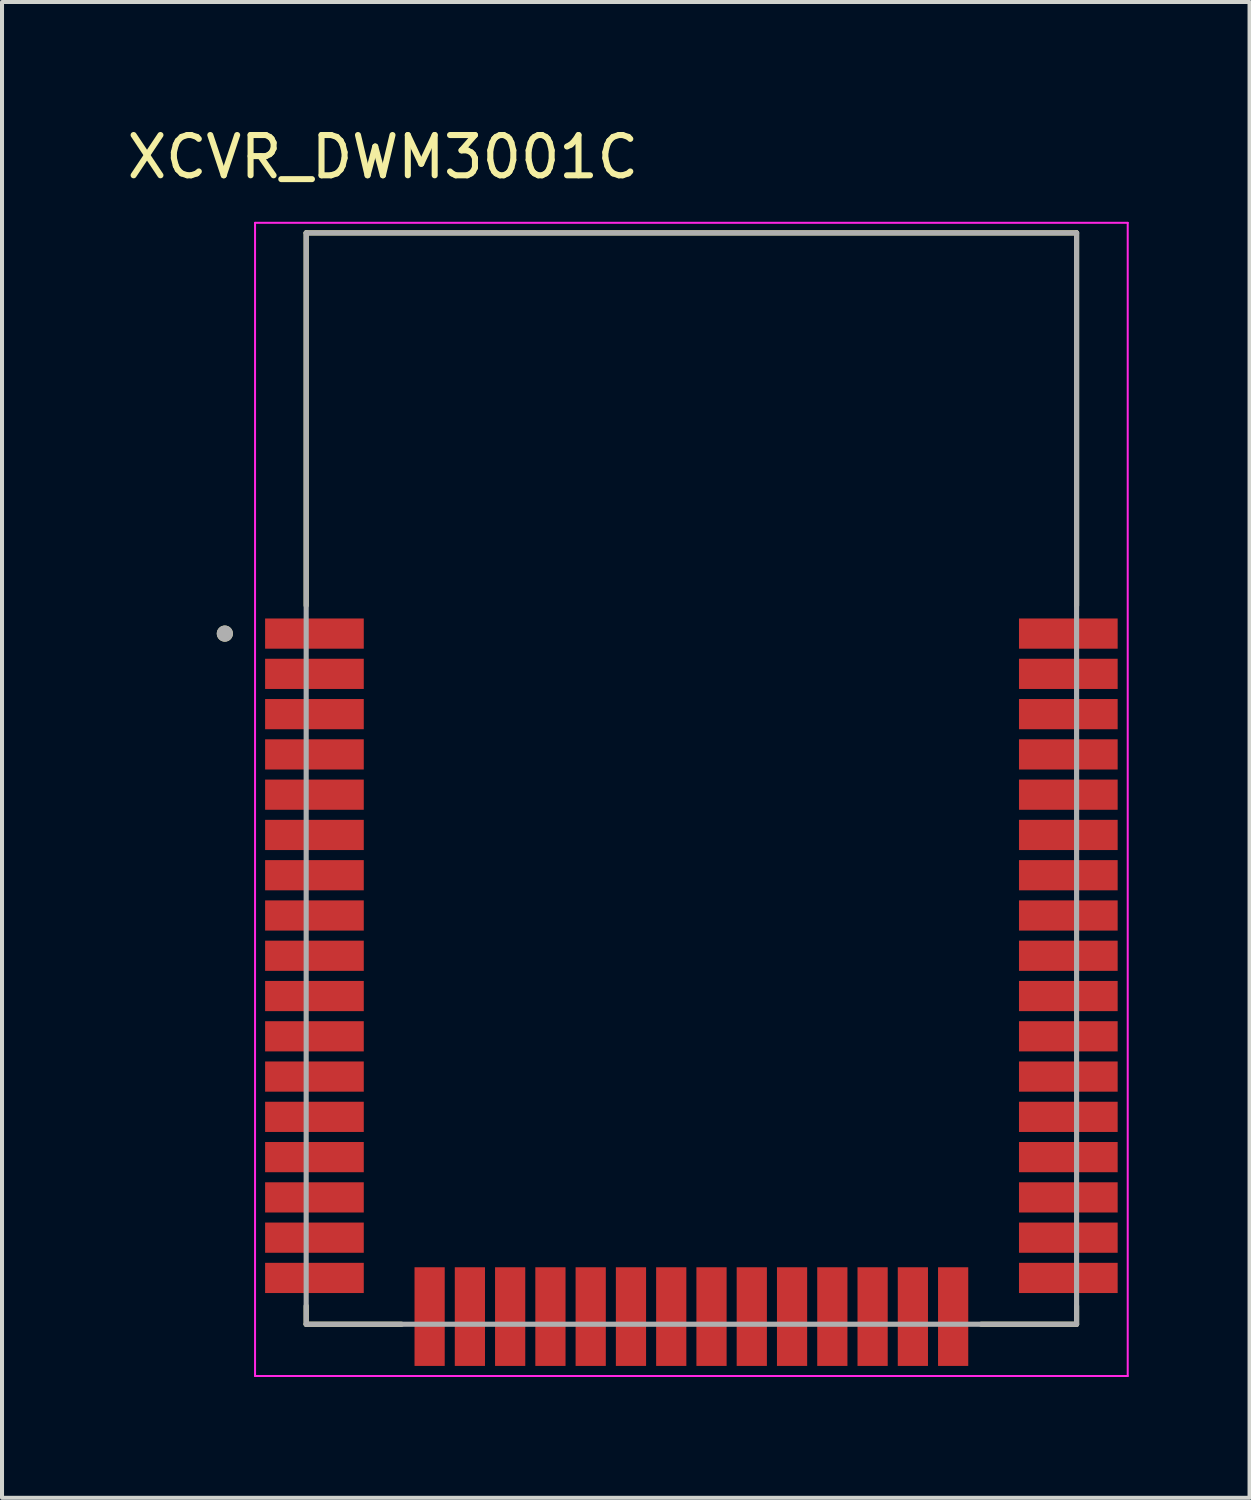
<source format=kicad_pcb>
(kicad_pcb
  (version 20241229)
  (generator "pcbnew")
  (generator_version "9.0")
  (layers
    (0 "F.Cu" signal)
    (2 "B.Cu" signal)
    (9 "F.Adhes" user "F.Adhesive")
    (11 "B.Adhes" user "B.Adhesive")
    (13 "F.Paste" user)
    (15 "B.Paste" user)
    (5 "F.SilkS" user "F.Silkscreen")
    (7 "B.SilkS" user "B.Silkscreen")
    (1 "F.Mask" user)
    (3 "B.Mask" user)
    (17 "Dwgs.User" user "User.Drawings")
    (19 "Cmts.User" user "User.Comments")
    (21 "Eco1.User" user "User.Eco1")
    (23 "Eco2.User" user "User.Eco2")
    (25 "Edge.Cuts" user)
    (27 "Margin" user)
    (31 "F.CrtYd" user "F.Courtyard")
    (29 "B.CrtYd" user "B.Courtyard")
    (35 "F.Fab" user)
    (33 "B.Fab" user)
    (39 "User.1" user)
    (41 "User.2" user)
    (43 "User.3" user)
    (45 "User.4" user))
  (footprint "XCVR_DWM3001C"
    (layer "F.Cu")
    (at 14.118 16.283)
    (property "Reference" "XCVR_DWM3001C" (at -7.66 -15.435 0) (layer "F.SilkS") (effects (font (size 1 1) (thickness 0.15))))
    (attr smd)
    (fp_line (start -9.565 -13.55) (end 9.565 -13.55) (stroke (width 0.127) (type solid)) (layer "F.SilkS"))
    (fp_line (start -9.565 -4.295) (end -9.565 -13.55) (stroke (width 0.127) (type solid)) (layer "F.SilkS"))
    (fp_line (start -9.565 13.55) (end -9.565 13.095) (stroke (width 0.127) (type solid)) (layer "F.SilkS"))
    (fp_line (start -7.195 13.55) (end -9.565 13.55) (stroke (width 0.127) (type solid)) (layer "F.SilkS"))
    (fp_line (start 9.565 -13.55) (end 9.565 -4.295) (stroke (width 0.127) (type solid)) (layer "F.SilkS"))
    (fp_line (start 9.565 13.55) (end 7.195 13.55) (stroke (width 0.127) (type solid)) (layer "F.SilkS"))
    (fp_line (start 9.565 13.55) (end 9.565 13.095) (stroke (width 0.127) (type solid)) (layer "F.SilkS"))
    (fp_circle (center -11.585 -3.6) (end -11.485 -3.6) (stroke (width 0.2) (type solid)) (fill no) (layer "F.SilkS"))
    (fp_line (start -10.835 -13.8) (end -10.835 14.835) (stroke (width 0.05) (type solid)) (layer "F.CrtYd"))
    (fp_line (start -10.835 14.835) (end 10.835 14.835) (stroke (width 0.05) (type solid)) (layer "F.CrtYd"))
    (fp_line (start 10.835 -13.8) (end -10.835 -13.8) (stroke (width 0.05) (type solid)) (layer "F.CrtYd"))
    (fp_line (start 10.835 14.835) (end 10.835 -13.8) (stroke (width 0.05) (type solid)) (layer "F.CrtYd"))
    (fp_line (start -9.565 -13.55) (end 9.565 -13.55) (stroke (width 0.127) (type solid)) (layer "F.Fab"))
    (fp_line (start -9.565 13.55) (end -9.565 -13.55) (stroke (width 0.127) (type solid)) (layer "F.Fab"))
    (fp_line (start 9.565 -13.55) (end 9.565 13.55) (stroke (width 0.127) (type solid)) (layer "F.Fab"))
    (fp_line (start 9.565 13.55) (end -9.565 13.55) (stroke (width 0.127) (type solid)) (layer "F.Fab"))
    (fp_circle (center -11.585 -3.6) (end -11.485 -3.6) (stroke (width 0.2) (type solid)) (fill no) (layer "F.Fab"))
    (pad "1" smd rect (at -9.36 -3.6) (size 2.45 0.75) (layers "F.Cu" "F.Mask" "F.Paste"))
    (pad "2" smd rect (at -9.36 -2.6) (size 2.45 0.75) (layers "F.Cu" "F.Mask" "F.Paste"))
    (pad "3" smd rect (at -9.36 -1.6) (size 2.45 0.75) (layers "F.Cu" "F.Mask" "F.Paste"))
    (pad "4" smd rect (at -9.36 -0.6) (size 2.45 0.75) (layers "F.Cu" "F.Mask" "F.Paste"))
    (pad "5" smd rect (at -9.36 0.4) (size 2.45 0.75) (layers "F.Cu" "F.Mask" "F.Paste"))
    (pad "6" smd rect (at -9.36 1.4) (size 2.45 0.75) (layers "F.Cu" "F.Mask" "F.Paste"))
    (pad "7" smd rect (at -9.36 2.4) (size 2.45 0.75) (layers "F.Cu" "F.Mask" "F.Paste"))
    (pad "8" smd rect (at -9.36 3.4) (size 2.45 0.75) (layers "F.Cu" "F.Mask" "F.Paste"))
    (pad "9" smd rect (at -9.36 4.4) (size 2.45 0.75) (layers "F.Cu" "F.Mask" "F.Paste"))
    (pad "10" smd rect (at -9.36 5.4) (size 2.45 0.75) (layers "F.Cu" "F.Mask" "F.Paste"))
    (pad "11" smd rect (at -9.36 6.4) (size 2.45 0.75) (layers "F.Cu" "F.Mask" "F.Paste"))
    (pad "12" smd rect (at -9.36 7.4) (size 2.45 0.75) (layers "F.Cu" "F.Mask" "F.Paste"))
    (pad "13" smd rect (at -9.36 8.4) (size 2.45 0.75) (layers "F.Cu" "F.Mask" "F.Paste"))
    (pad "14" smd rect (at -9.36 9.4) (size 2.45 0.75) (layers "F.Cu" "F.Mask" "F.Paste"))
    (pad "15" smd rect (at -9.36 10.4) (size 2.45 0.75) (layers "F.Cu" "F.Mask" "F.Paste"))
    (pad "16" smd rect (at -9.36 11.4) (size 2.45 0.75) (layers "F.Cu" "F.Mask" "F.Paste"))
    (pad "17" smd rect (at -9.36 12.4) (size 2.45 0.75) (layers "F.Cu" "F.Mask" "F.Paste"))
    (pad "18" smd rect (at -6.5 13.36) (size 0.75 2.45) (layers "F.Cu" "F.Mask" "F.Paste"))
    (pad "19" smd rect (at -5.5 13.36) (size 0.75 2.45) (layers "F.Cu" "F.Mask" "F.Paste"))
    (pad "20" smd rect (at -4.5 13.36) (size 0.75 2.45) (layers "F.Cu" "F.Mask" "F.Paste"))
    (pad "21" smd rect (at -3.5 13.36) (size 0.75 2.45) (layers "F.Cu" "F.Mask" "F.Paste"))
    (pad "22" smd rect (at -2.5 13.36) (size 0.75 2.45) (layers "F.Cu" "F.Mask" "F.Paste"))
    (pad "23" smd rect (at -1.5 13.36) (size 0.75 2.45) (layers "F.Cu" "F.Mask" "F.Paste"))
    (pad "24" smd rect (at -0.5 13.36) (size 0.75 2.45) (layers "F.Cu" "F.Mask" "F.Paste"))
    (pad "25" smd rect (at 0.5 13.36) (size 0.75 2.45) (layers "F.Cu" "F.Mask" "F.Paste"))
    (pad "26" smd rect (at 1.5 13.36) (size 0.75 2.45) (layers "F.Cu" "F.Mask" "F.Paste"))
    (pad "27" smd rect (at 2.5 13.36) (size 0.75 2.45) (layers "F.Cu" "F.Mask" "F.Paste"))
    (pad "28" smd rect (at 3.5 13.36) (size 0.75 2.45) (layers "F.Cu" "F.Mask" "F.Paste"))
    (pad "29" smd rect (at 4.5 13.36) (size 0.75 2.45) (layers "F.Cu" "F.Mask" "F.Paste"))
    (pad "30" smd rect (at 5.5 13.36) (size 0.75 2.45) (layers "F.Cu" "F.Mask" "F.Paste"))
    (pad "31" smd rect (at 6.5 13.36) (size 0.75 2.45) (layers "F.Cu" "F.Mask" "F.Paste"))
    (pad "32" smd rect (at 9.36 12.4) (size 2.45 0.75) (layers "F.Cu" "F.Mask" "F.Paste"))
    (pad "33" smd rect (at 9.36 11.4) (size 2.45 0.75) (layers "F.Cu" "F.Mask" "F.Paste"))
    (pad "34" smd rect (at 9.36 10.4) (size 2.45 0.75) (layers "F.Cu" "F.Mask" "F.Paste"))
    (pad "35" smd rect (at 9.36 9.4) (size 2.45 0.75) (layers "F.Cu" "F.Mask" "F.Paste"))
    (pad "36" smd rect (at 9.36 8.4) (size 2.45 0.75) (layers "F.Cu" "F.Mask" "F.Paste"))
    (pad "37" smd rect (at 9.36 7.4) (size 2.45 0.75) (layers "F.Cu" "F.Mask" "F.Paste"))
    (pad "38" smd rect (at 9.36 6.4) (size 2.45 0.75) (layers "F.Cu" "F.Mask" "F.Paste"))
    (pad "39" smd rect (at 9.36 5.4) (size 2.45 0.75) (layers "F.Cu" "F.Mask" "F.Paste"))
    (pad "40" smd rect (at 9.36 4.4) (size 2.45 0.75) (layers "F.Cu" "F.Mask" "F.Paste"))
    (pad "41" smd rect (at 9.36 3.4) (size 2.45 0.75) (layers "F.Cu" "F.Mask" "F.Paste"))
    (pad "42" smd rect (at 9.36 2.4) (size 2.45 0.75) (layers "F.Cu" "F.Mask" "F.Paste"))
    (pad "43" smd rect (at 9.36 1.4) (size 2.45 0.75) (layers "F.Cu" "F.Mask" "F.Paste"))
    (pad "44" smd rect (at 9.36 0.4) (size 2.45 0.75) (layers "F.Cu" "F.Mask" "F.Paste"))
    (pad "45" smd rect (at 9.36 -0.6) (size 2.45 0.75) (layers "F.Cu" "F.Mask" "F.Paste"))
    (pad "46" smd rect (at 9.36 -1.6) (size 2.45 0.75) (layers "F.Cu" "F.Mask" "F.Paste"))
    (pad "47" smd rect (at 9.36 -2.6) (size 2.45 0.75) (layers "F.Cu" "F.Mask" "F.Paste"))
    (pad "48" smd rect (at 9.36 -3.6) (size 2.45 0.75) (layers "F.Cu" "F.Mask" "F.Paste"))
    (zone (net_name "") (layer "F.Cu") (hatch full 0.508) (connect_pads) (min_thickness 0.01) (filled_areas_thickness no) (keepout (tracks not_allowed) (vias not_allowed) (pads not_allowed) (copperpour not_allowed) (footprints allowed)) (placement (enabled no)) (fill) (polygon (pts (xy 4.553 2.733) (xy 23.683 2.733) (xy 23.683 12.063) (xy 4.553 12.063))))
    (zone (net_name "") (layers "F.Cu" "B.Cu") (hatch full 0.508) (connect_pads) (min_thickness 0.01) (filled_areas_thickness no) (keepout (tracks allowed) (vias not_allowed) (pads allowed) (copperpour allowed) (footprints allowed)) (placement (enabled no)) (fill) (polygon (pts (xy 4.553 2.733) (xy 23.683 2.733) (xy 23.683 12.063) (xy 4.553 12.063))))
    (zone (net_name "") (layer "B.Cu") (hatch full 0.508) (connect_pads) (min_thickness 0.01) (filled_areas_thickness no) (keepout (tracks not_allowed) (vias not_allowed) (pads not_allowed) (copperpour not_allowed) (footprints allowed)) (placement (enabled no)) (fill) (polygon (pts (xy 4.553 2.733) (xy 23.683 2.733) (xy 23.683 12.063) (xy 4.553 12.063)))))
  (gr_rect
    (start -3 -3)
    (end 27.978 34.143)
    (stroke (width 0.1) (type default))
    (fill no)
    (layer "Edge.Cuts")))
</source>
